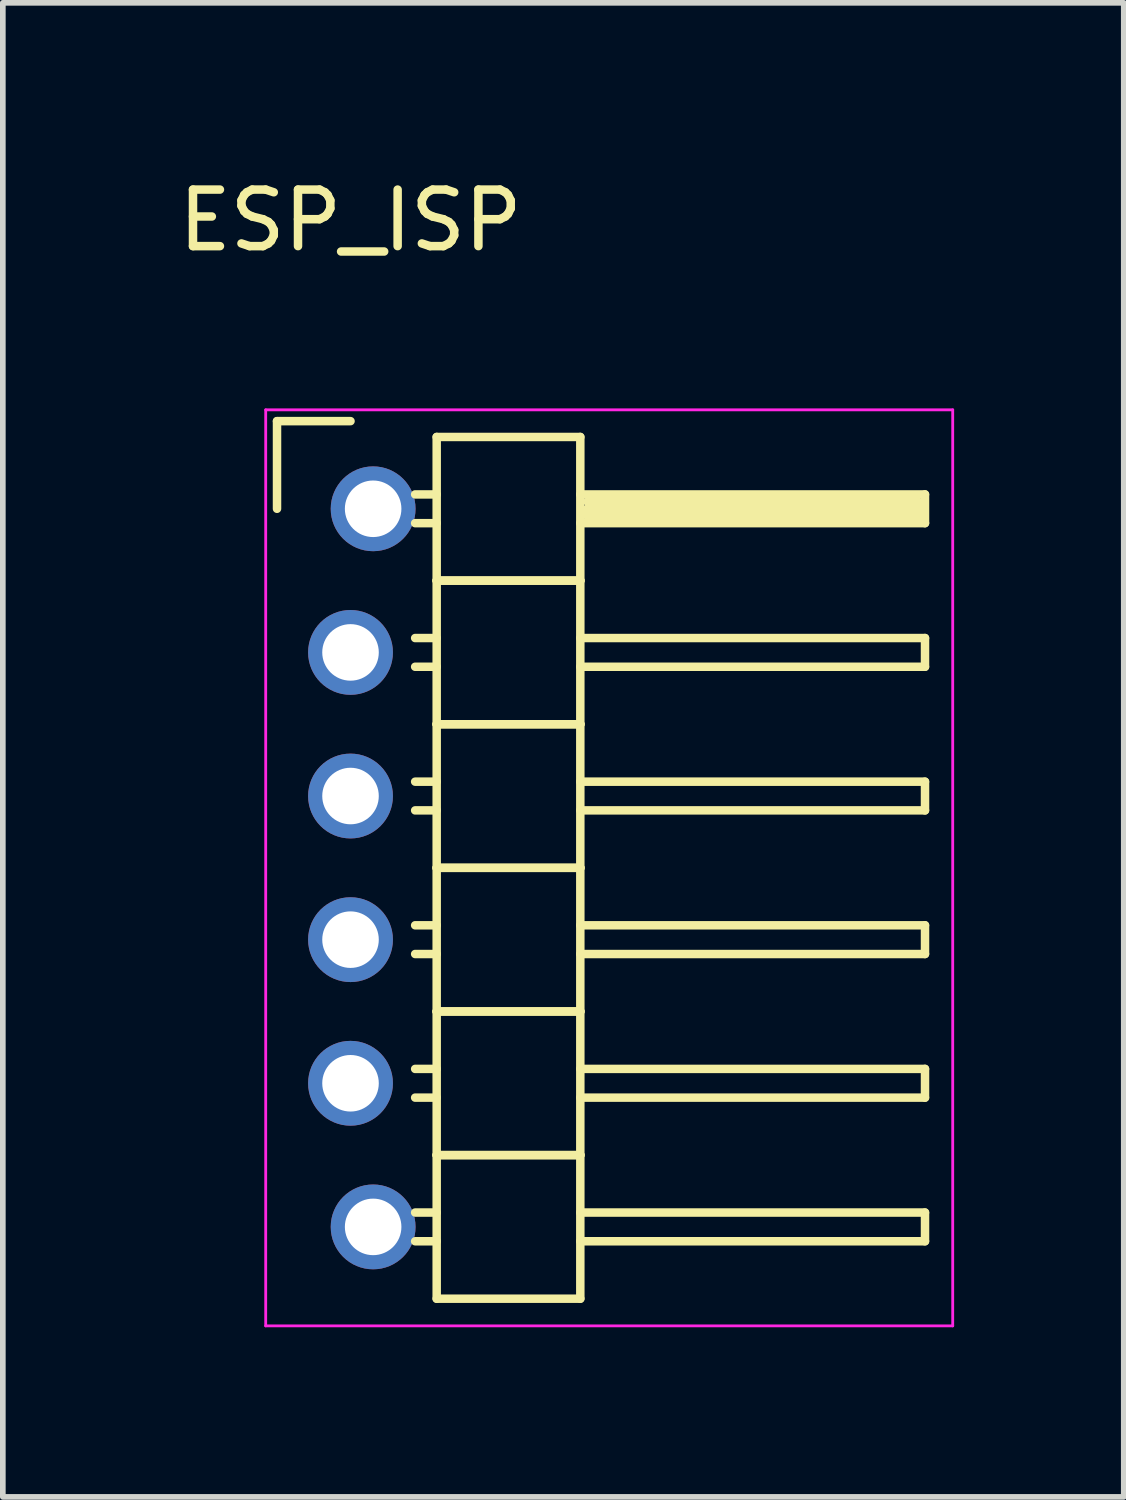
<source format=kicad_pcb>
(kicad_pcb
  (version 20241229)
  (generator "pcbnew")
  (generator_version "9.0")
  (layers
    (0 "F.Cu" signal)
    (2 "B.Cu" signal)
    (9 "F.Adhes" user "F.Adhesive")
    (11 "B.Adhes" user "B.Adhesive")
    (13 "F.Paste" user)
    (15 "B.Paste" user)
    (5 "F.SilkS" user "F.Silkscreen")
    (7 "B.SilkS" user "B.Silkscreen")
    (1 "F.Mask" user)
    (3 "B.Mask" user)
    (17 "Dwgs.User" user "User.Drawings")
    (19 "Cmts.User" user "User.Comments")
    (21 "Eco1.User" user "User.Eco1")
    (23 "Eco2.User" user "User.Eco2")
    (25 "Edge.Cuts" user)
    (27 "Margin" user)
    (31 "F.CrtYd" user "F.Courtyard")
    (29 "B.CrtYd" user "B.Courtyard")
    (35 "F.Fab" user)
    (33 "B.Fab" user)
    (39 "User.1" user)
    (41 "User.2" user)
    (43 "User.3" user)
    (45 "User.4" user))
  (footprint "ESP_ISP"
    (layer "F.Cu")
    (at 3.149 5.948)
    (property "Reference" "ESP_ISP" (at 0 -5.1 0) (layer "F.SilkS") (effects (font (size 1 1) (thickness 0.15))))
    (attr through_hole)
    (fp_line (start -1.3 -1.55) (end -1.3 0) (stroke (width 0.15) (type solid)) (layer "F.SilkS"))
    (fp_line (start 0 -1.55) (end -1.3 -1.55) (stroke (width 0.15) (type solid)) (layer "F.SilkS"))
    (fp_line (start 1.524 -1.27) (end 1.524 1.27) (stroke (width 0.15) (type solid)) (layer "F.SilkS"))
    (fp_line (start 1.524 -1.27) (end 4.064 -1.27) (stroke (width 0.15) (type solid)) (layer "F.SilkS"))
    (fp_line (start 1.524 -0.254) (end 1.143 -0.254) (stroke (width 0.15) (type solid)) (layer "F.SilkS"))
    (fp_line (start 1.524 0.254) (end 1.143 0.254) (stroke (width 0.15) (type solid)) (layer "F.SilkS"))
    (fp_line (start 1.524 1.27) (end 1.524 3.81) (stroke (width 0.15) (type solid)) (layer "F.SilkS"))
    (fp_line (start 1.524 1.27) (end 4.064 1.27) (stroke (width 0.15) (type solid)) (layer "F.SilkS"))
    (fp_line (start 1.524 1.27) (end 4.064 1.27) (stroke (width 0.15) (type solid)) (layer "F.SilkS"))
    (fp_line (start 1.524 2.286) (end 1.143 2.286) (stroke (width 0.15) (type solid)) (layer "F.SilkS"))
    (fp_line (start 1.524 2.794) (end 1.143 2.794) (stroke (width 0.15) (type solid)) (layer "F.SilkS"))
    (fp_line (start 1.524 3.81) (end 1.524 6.35) (stroke (width 0.15) (type solid)) (layer "F.SilkS"))
    (fp_line (start 1.524 3.81) (end 4.064 3.81) (stroke (width 0.15) (type solid)) (layer "F.SilkS"))
    (fp_line (start 1.524 3.81) (end 4.064 3.81) (stroke (width 0.15) (type solid)) (layer "F.SilkS"))
    (fp_line (start 1.524 4.826) (end 1.143 4.826) (stroke (width 0.15) (type solid)) (layer "F.SilkS"))
    (fp_line (start 1.524 5.334) (end 1.143 5.334) (stroke (width 0.15) (type solid)) (layer "F.SilkS"))
    (fp_line (start 1.524 6.35) (end 1.524 8.89) (stroke (width 0.15) (type solid)) (layer "F.SilkS"))
    (fp_line (start 1.524 6.35) (end 4.064 6.35) (stroke (width 0.15) (type solid)) (layer "F.SilkS"))
    (fp_line (start 1.524 6.35) (end 4.064 6.35) (stroke (width 0.15) (type solid)) (layer "F.SilkS"))
    (fp_line (start 1.524 7.366) (end 1.143 7.366) (stroke (width 0.15) (type solid)) (layer "F.SilkS"))
    (fp_line (start 1.524 7.874) (end 1.143 7.874) (stroke (width 0.15) (type solid)) (layer "F.SilkS"))
    (fp_line (start 1.524 8.89) (end 1.524 11.43) (stroke (width 0.15) (type solid)) (layer "F.SilkS"))
    (fp_line (start 1.524 8.89) (end 4.064 8.89) (stroke (width 0.15) (type solid)) (layer "F.SilkS"))
    (fp_line (start 1.524 8.89) (end 4.064 8.89) (stroke (width 0.15) (type solid)) (layer "F.SilkS"))
    (fp_line (start 1.524 9.906) (end 1.143 9.906) (stroke (width 0.15) (type solid)) (layer "F.SilkS"))
    (fp_line (start 1.524 10.414) (end 1.143 10.414) (stroke (width 0.15) (type solid)) (layer "F.SilkS"))
    (fp_line (start 1.524 11.43) (end 1.524 13.97) (stroke (width 0.15) (type solid)) (layer "F.SilkS"))
    (fp_line (start 1.524 11.43) (end 4.064 11.43) (stroke (width 0.15) (type solid)) (layer "F.SilkS"))
    (fp_line (start 1.524 11.43) (end 4.064 11.43) (stroke (width 0.15) (type solid)) (layer "F.SilkS"))
    (fp_line (start 1.524 12.446) (end 1.143 12.446) (stroke (width 0.15) (type solid)) (layer "F.SilkS"))
    (fp_line (start 1.524 12.954) (end 1.143 12.954) (stroke (width 0.15) (type solid)) (layer "F.SilkS"))
    (fp_line (start 1.524 13.97) (end 4.064 13.97) (stroke (width 0.15) (type solid)) (layer "F.SilkS"))
    (fp_line (start 4.064 -0.254) (end 10.16 -0.254) (stroke (width 0.15) (type solid)) (layer "F.SilkS"))
    (fp_line (start 4.064 1.27) (end 4.064 -1.27) (stroke (width 0.15) (type solid)) (layer "F.SilkS"))
    (fp_line (start 4.064 2.286) (end 10.16 2.286) (stroke (width 0.15) (type solid)) (layer "F.SilkS"))
    (fp_line (start 4.064 3.81) (end 4.064 1.27) (stroke (width 0.15) (type solid)) (layer "F.SilkS"))
    (fp_line (start 4.064 4.826) (end 10.16 4.826) (stroke (width 0.15) (type solid)) (layer "F.SilkS"))
    (fp_line (start 4.064 6.35) (end 4.064 3.81) (stroke (width 0.15) (type solid)) (layer "F.SilkS"))
    (fp_line (start 4.064 7.366) (end 10.16 7.366) (stroke (width 0.15) (type solid)) (layer "F.SilkS"))
    (fp_line (start 4.064 8.89) (end 4.064 6.35) (stroke (width 0.15) (type solid)) (layer "F.SilkS"))
    (fp_line (start 4.064 9.906) (end 10.16 9.906) (stroke (width 0.15) (type solid)) (layer "F.SilkS"))
    (fp_line (start 4.064 11.43) (end 4.064 8.89) (stroke (width 0.15) (type solid)) (layer "F.SilkS"))
    (fp_line (start 4.064 12.446) (end 10.16 12.446) (stroke (width 0.15) (type solid)) (layer "F.SilkS"))
    (fp_line (start 4.064 13.97) (end 4.064 11.43) (stroke (width 0.15) (type solid)) (layer "F.SilkS"))
    (fp_line (start 4.191 -0.127) (end 10.033 -0.127) (stroke (width 0.15) (type solid)) (layer "F.SilkS"))
    (fp_line (start 4.191 0) (end 10.033 0) (stroke (width 0.15) (type solid)) (layer "F.SilkS"))
    (fp_line (start 4.191 0.127) (end 4.191 0) (stroke (width 0.15) (type solid)) (layer "F.SilkS"))
    (fp_line (start 10.033 -0.127) (end 10.033 0.127) (stroke (width 0.15) (type solid)) (layer "F.SilkS"))
    (fp_line (start 10.033 0.127) (end 4.191 0.127) (stroke (width 0.15) (type solid)) (layer "F.SilkS"))
    (fp_line (start 10.16 -0.254) (end 10.16 0.254) (stroke (width 0.15) (type solid)) (layer "F.SilkS"))
    (fp_line (start 10.16 0.254) (end 4.064 0.254) (stroke (width 0.15) (type solid)) (layer "F.SilkS"))
    (fp_line (start 10.16 2.286) (end 10.16 2.794) (stroke (width 0.15) (type solid)) (layer "F.SilkS"))
    (fp_line (start 10.16 2.794) (end 4.064 2.794) (stroke (width 0.15) (type solid)) (layer "F.SilkS"))
    (fp_line (start 10.16 4.826) (end 10.16 5.334) (stroke (width 0.15) (type solid)) (layer "F.SilkS"))
    (fp_line (start 10.16 5.334) (end 4.064 5.334) (stroke (width 0.15) (type solid)) (layer "F.SilkS"))
    (fp_line (start 10.16 7.366) (end 10.16 7.874) (stroke (width 0.15) (type solid)) (layer "F.SilkS"))
    (fp_line (start 10.16 7.874) (end 4.064 7.874) (stroke (width 0.15) (type solid)) (layer "F.SilkS"))
    (fp_line (start 10.16 9.906) (end 10.16 10.414) (stroke (width 0.15) (type solid)) (layer "F.SilkS"))
    (fp_line (start 10.16 10.414) (end 4.064 10.414) (stroke (width 0.15) (type solid)) (layer "F.SilkS"))
    (fp_line (start 10.16 12.446) (end 10.16 12.954) (stroke (width 0.15) (type solid)) (layer "F.SilkS"))
    (fp_line (start 10.16 12.954) (end 4.064 12.954) (stroke (width 0.15) (type solid)) (layer "F.SilkS"))
    (fp_line (start -1.5 -1.75) (end -1.5 14.45) (stroke (width 0.05) (type solid)) (layer "F.CrtYd"))
    (fp_line (start -1.5 -1.75) (end 10.65 -1.75) (stroke (width 0.05) (type solid)) (layer "F.CrtYd"))
    (fp_line (start -1.5 14.45) (end 10.65 14.45) (stroke (width 0.05) (type solid)) (layer "F.CrtYd"))
    (fp_line (start 10.65 -1.75) (end 10.65 14.45) (stroke (width 0.05) (type solid)) (layer "F.CrtYd"))
    (pad "1" thru_hole circle (at 0.4 0) (size 1.5 1.5) (drill 1) (layers "*.Cu" "*.Mask"))
    (pad "2" thru_hole circle (at 0 2.54) (size 1.5 1.5) (drill 1) (layers "*.Cu" "*.Mask"))
    (pad "3" thru_hole circle (at 0 5.08) (size 1.5 1.5) (drill 1) (layers "*.Cu" "*.Mask"))
    (pad "4" thru_hole circle (at 0 7.62) (size 1.5 1.5) (drill 1) (layers "*.Cu" "*.Mask"))
    (pad "5" thru_hole circle (at 0 10.16) (size 1.5 1.5) (drill 1) (layers "*.Cu" "*.Mask"))
    (pad "6" thru_hole circle (at 0.4 12.7) (size 1.5 1.5) (drill 1) (layers "*.Cu" "*.Mask")))
  (gr_rect
    (start -3 -3)
    (end 16.824 23.423)
    (stroke (width 0.1) (type default))
    (fill no)
    (layer "Edge.Cuts")))
</source>
